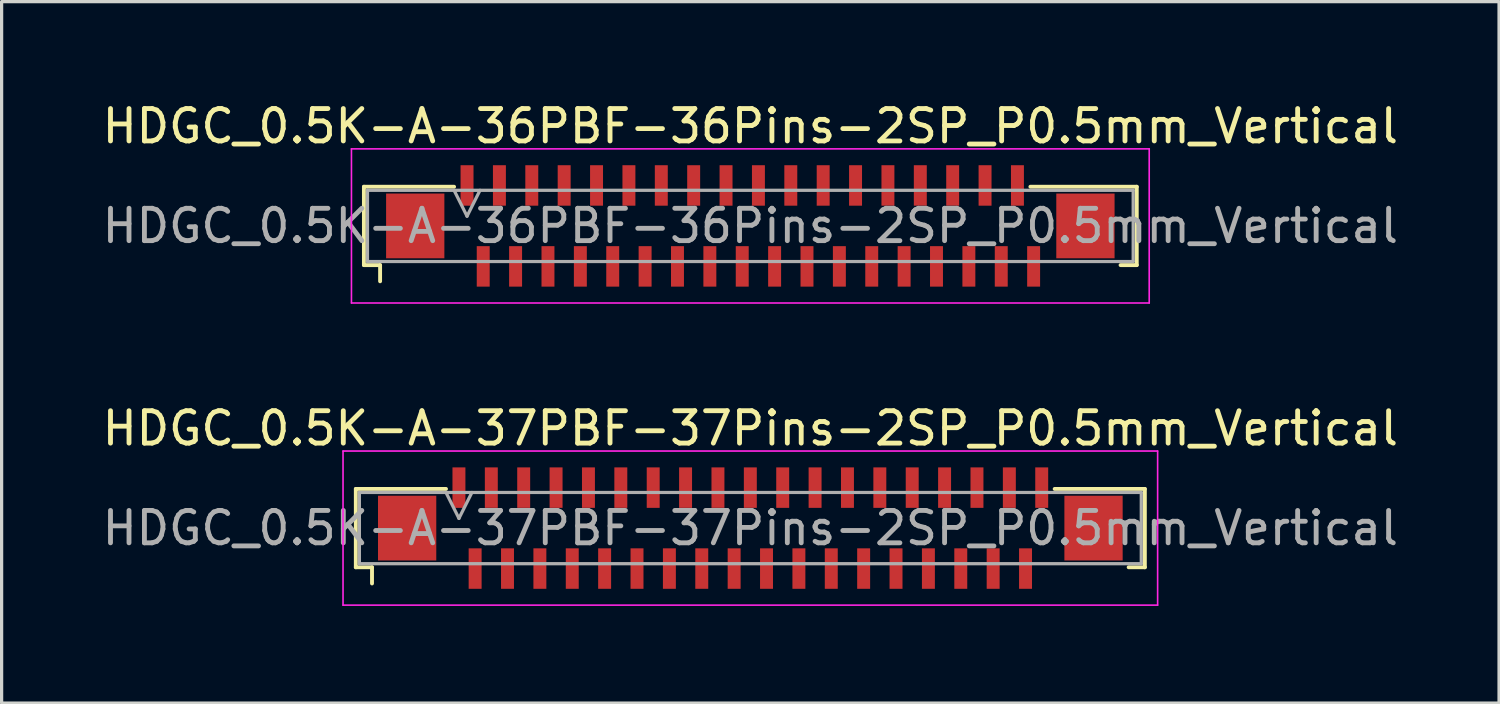
<source format=kicad_pcb>
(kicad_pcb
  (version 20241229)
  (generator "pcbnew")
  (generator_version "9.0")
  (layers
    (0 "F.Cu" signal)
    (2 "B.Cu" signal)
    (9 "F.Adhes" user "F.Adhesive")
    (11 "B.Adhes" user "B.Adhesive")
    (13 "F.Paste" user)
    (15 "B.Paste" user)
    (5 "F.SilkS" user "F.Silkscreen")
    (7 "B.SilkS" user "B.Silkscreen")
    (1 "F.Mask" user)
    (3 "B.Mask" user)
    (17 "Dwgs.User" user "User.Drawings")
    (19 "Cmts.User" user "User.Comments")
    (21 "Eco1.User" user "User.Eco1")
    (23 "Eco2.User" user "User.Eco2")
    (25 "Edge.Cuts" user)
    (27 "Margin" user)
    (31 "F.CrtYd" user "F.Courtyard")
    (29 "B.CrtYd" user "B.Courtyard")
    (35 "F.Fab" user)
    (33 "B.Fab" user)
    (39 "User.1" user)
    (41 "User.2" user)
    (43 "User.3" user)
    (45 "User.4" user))
  (footprint "HDGC_0.5K-A-37PBF-37Pins-2SP_P0.5mm_Vertical"
    (layer "F.Cu")
    (at 20.125 13.261)
    (property "Reference" "HDGC_0.5K-A-37PBF-37Pins-2SP_P0.5mm_Vertical" (at 0 -3.08 0) (layer "F.SilkS") (effects (font (size 1 1) (thickness 0.15))))
    (attr smd)
    (fp_line (start -12.185 -1.21) (end -9.4 -1.21) (stroke (width 0.12) (type solid)) (layer "F.SilkS"))
    (fp_line (start -12.185 1.21) (end -12.185 -1.21) (stroke (width 0.12) (type solid)) (layer "F.SilkS"))
    (fp_line (start -11.685 1.21) (end -12.185 1.21) (stroke (width 0.12) (type solid)) (layer "F.SilkS"))
    (fp_line (start -11.685 1.71) (end -11.685 1.21) (stroke (width 0.12) (type solid)) (layer "F.SilkS"))
    (fp_line (start 11.685 1.21) (end 12.185 1.21) (stroke (width 0.12) (type solid)) (layer "F.SilkS"))
    (fp_line (start 12.185 -1.21) (end 9.4 -1.21) (stroke (width 0.12) (type solid)) (layer "F.SilkS"))
    (fp_line (start 12.185 1.21) (end 12.185 -1.21) (stroke (width 0.12) (type solid)) (layer "F.SilkS"))
    (fp_line (start -12.58 -2.38) (end 12.58 -2.38) (stroke (width 0.05) (type solid)) (layer "F.CrtYd"))
    (fp_line (start -12.58 2.38) (end -12.58 -2.38) (stroke (width 0.05) (type solid)) (layer "F.CrtYd"))
    (fp_line (start 12.58 -2.38) (end 12.58 2.38) (stroke (width 0.05) (type solid)) (layer "F.CrtYd"))
    (fp_line (start 12.58 2.38) (end -12.58 2.38) (stroke (width 0.05) (type solid)) (layer "F.CrtYd"))
    (fp_line (start -12.075 -1.1) (end -12.075 1.1) (stroke (width 0.1) (type solid)) (layer "F.Fab"))
    (fp_line (start -12.075 1.1) (end 12.075 1.1) (stroke (width 0.1) (type solid)) (layer "F.Fab"))
    (fp_line (start -9.4 -1.1) (end -9 -0.3) (stroke (width 0.1) (type solid)) (layer "F.Fab"))
    (fp_line (start -9 -0.3) (end -8.6 -1.1) (stroke (width 0.1) (type solid)) (layer "F.Fab"))
    (fp_line (start 12.075 -1.1) (end -12.075 -1.1) (stroke (width 0.1) (type solid)) (layer "F.Fab"))
    (fp_line (start 12.075 1.1) (end 12.075 -1.1) (stroke (width 0.1) (type solid)) (layer "F.Fab"))
    (fp_text user "${REFERENCE}" (at 0 0 0) (layer "F.Fab") (effects (font (size 1 1) (thickness 0.15))))
    (pad "1" smd rect (at -9 -1.25) (size 0.4 1.25) (layers "F.Cu" "F.Mask" "F.Paste"))
    (pad "2" smd rect (at -8.5 1.25) (size 0.4 1.25) (layers "F.Cu" "F.Mask" "F.Paste"))
    (pad "3" smd rect (at -8 -1.25) (size 0.4 1.25) (layers "F.Cu" "F.Mask" "F.Paste"))
    (pad "4" smd rect (at -7.5 1.25) (size 0.4 1.25) (layers "F.Cu" "F.Mask" "F.Paste"))
    (pad "5" smd rect (at -7 -1.25) (size 0.4 1.25) (layers "F.Cu" "F.Mask" "F.Paste"))
    (pad "6" smd rect (at -6.5 1.25) (size 0.4 1.25) (layers "F.Cu" "F.Mask" "F.Paste"))
    (pad "7" smd rect (at -6 -1.25) (size 0.4 1.25) (layers "F.Cu" "F.Mask" "F.Paste"))
    (pad "8" smd rect (at -5.5 1.25) (size 0.4 1.25) (layers "F.Cu" "F.Mask" "F.Paste"))
    (pad "9" smd rect (at -5 -1.25) (size 0.4 1.25) (layers "F.Cu" "F.Mask" "F.Paste"))
    (pad "10" smd rect (at -4.5 1.25) (size 0.4 1.25) (layers "F.Cu" "F.Mask" "F.Paste"))
    (pad "11" smd rect (at -4 -1.25) (size 0.4 1.25) (layers "F.Cu" "F.Mask" "F.Paste"))
    (pad "12" smd rect (at -3.5 1.25) (size 0.4 1.25) (layers "F.Cu" "F.Mask" "F.Paste"))
    (pad "13" smd rect (at -3 -1.25) (size 0.4 1.25) (layers "F.Cu" "F.Mask" "F.Paste"))
    (pad "14" smd rect (at -2.5 1.25) (size 0.4 1.25) (layers "F.Cu" "F.Mask" "F.Paste"))
    (pad "15" smd rect (at -2 -1.25) (size 0.4 1.25) (layers "F.Cu" "F.Mask" "F.Paste"))
    (pad "16" smd rect (at -1.5 1.25) (size 0.4 1.25) (layers "F.Cu" "F.Mask" "F.Paste"))
    (pad "17" smd rect (at -1 -1.25) (size 0.4 1.25) (layers "F.Cu" "F.Mask" "F.Paste"))
    (pad "18" smd rect (at -0.5 1.25) (size 0.4 1.25) (layers "F.Cu" "F.Mask" "F.Paste"))
    (pad "19" smd rect (at 0 -1.25) (size 0.4 1.25) (layers "F.Cu" "F.Mask" "F.Paste"))
    (pad "20" smd rect (at 0.5 1.25) (size 0.4 1.25) (layers "F.Cu" "F.Mask" "F.Paste"))
    (pad "21" smd rect (at 1 -1.25) (size 0.4 1.25) (layers "F.Cu" "F.Mask" "F.Paste"))
    (pad "22" smd rect (at 1.5 1.25) (size 0.4 1.25) (layers "F.Cu" "F.Mask" "F.Paste"))
    (pad "23" smd rect (at 2 -1.25) (size 0.4 1.25) (layers "F.Cu" "F.Mask" "F.Paste"))
    (pad "24" smd rect (at 2.5 1.25) (size 0.4 1.25) (layers "F.Cu" "F.Mask" "F.Paste"))
    (pad "25" smd rect (at 3 -1.25) (size 0.4 1.25) (layers "F.Cu" "F.Mask" "F.Paste"))
    (pad "26" smd rect (at 3.5 1.25) (size 0.4 1.25) (layers "F.Cu" "F.Mask" "F.Paste"))
    (pad "27" smd rect (at 4 -1.25) (size 0.4 1.25) (layers "F.Cu" "F.Mask" "F.Paste"))
    (pad "28" smd rect (at 4.5 1.25) (size 0.4 1.25) (layers "F.Cu" "F.Mask" "F.Paste"))
    (pad "29" smd rect (at 5 -1.25) (size 0.4 1.25) (layers "F.Cu" "F.Mask" "F.Paste"))
    (pad "30" smd rect (at 5.5 1.25) (size 0.4 1.25) (layers "F.Cu" "F.Mask" "F.Paste"))
    (pad "31" smd rect (at 6 -1.25) (size 0.4 1.25) (layers "F.Cu" "F.Mask" "F.Paste"))
    (pad "32" smd rect (at 6.5 1.25) (size 0.4 1.25) (layers "F.Cu" "F.Mask" "F.Paste"))
    (pad "33" smd rect (at 7 -1.25) (size 0.4 1.25) (layers "F.Cu" "F.Mask" "F.Paste"))
    (pad "34" smd rect (at 7.5 1.25) (size 0.4 1.25) (layers "F.Cu" "F.Mask" "F.Paste"))
    (pad "35" smd rect (at 8 -1.25) (size 0.4 1.25) (layers "F.Cu" "F.Mask" "F.Paste"))
    (pad "36" smd rect (at 8.5 1.25) (size 0.4 1.25) (layers "F.Cu" "F.Mask" "F.Paste"))
    (pad "37" smd rect (at 9 -1.25) (size 0.4 1.25) (layers "F.Cu" "F.Mask" "F.Paste"))
    (pad "MP" smd rect (at -10.6 0) (size 1.8 2) (layers "F.Cu" "F.Mask" "F.Paste"))
    (pad "MP" smd rect (at 10.6 0) (size 1.8 2) (layers "F.Cu" "F.Mask" "F.Paste")))
  (footprint "HDGC_0.5K-A-36PBF-36Pins-2SP_P0.5mm_Vertical"
    (layer "F.Cu")
    (at 20.125 3.928)
    (property "Reference" "HDGC_0.5K-A-36PBF-36Pins-2SP_P0.5mm_Vertical" (at 0 -3.08 0) (layer "F.SilkS") (effects (font (size 1 1) (thickness 0.15))))
    (attr smd)
    (fp_line (start -11.935 -1.21) (end -9.15 -1.21) (stroke (width 0.12) (type solid)) (layer "F.SilkS"))
    (fp_line (start -11.935 1.21) (end -11.935 -1.21) (stroke (width 0.12) (type solid)) (layer "F.SilkS"))
    (fp_line (start -11.435 1.21) (end -11.935 1.21) (stroke (width 0.12) (type solid)) (layer "F.SilkS"))
    (fp_line (start -11.435 1.71) (end -11.435 1.21) (stroke (width 0.12) (type solid)) (layer "F.SilkS"))
    (fp_line (start 11.435 1.21) (end 11.935 1.21) (stroke (width 0.12) (type solid)) (layer "F.SilkS"))
    (fp_line (start 11.935 -1.21) (end 8.65 -1.21) (stroke (width 0.12) (type solid)) (layer "F.SilkS"))
    (fp_line (start 11.935 1.21) (end 11.935 -1.21) (stroke (width 0.12) (type solid)) (layer "F.SilkS"))
    (fp_line (start -12.32 -2.38) (end 12.32 -2.38) (stroke (width 0.05) (type solid)) (layer "F.CrtYd"))
    (fp_line (start -12.32 2.38) (end -12.32 -2.38) (stroke (width 0.05) (type solid)) (layer "F.CrtYd"))
    (fp_line (start 12.32 -2.38) (end 12.32 2.38) (stroke (width 0.05) (type solid)) (layer "F.CrtYd"))
    (fp_line (start 12.32 2.38) (end -12.32 2.38) (stroke (width 0.05) (type solid)) (layer "F.CrtYd"))
    (fp_line (start -11.825 -1.1) (end -11.825 1.1) (stroke (width 0.1) (type solid)) (layer "F.Fab"))
    (fp_line (start -11.825 1.1) (end 11.825 1.1) (stroke (width 0.1) (type solid)) (layer "F.Fab"))
    (fp_line (start -9.15 -1.1) (end -8.75 -0.3) (stroke (width 0.1) (type solid)) (layer "F.Fab"))
    (fp_line (start -8.75 -0.3) (end -8.35 -1.1) (stroke (width 0.1) (type solid)) (layer "F.Fab"))
    (fp_line (start 11.825 -1.1) (end -11.825 -1.1) (stroke (width 0.1) (type solid)) (layer "F.Fab"))
    (fp_line (start 11.825 1.1) (end 11.825 -1.1) (stroke (width 0.1) (type solid)) (layer "F.Fab"))
    (fp_text user "${REFERENCE}" (at 0 0 0) (layer "F.Fab") (effects (font (size 1 1) (thickness 0.15))))
    (pad "1" smd rect (at -8.75 -1.25) (size 0.4 1.25) (layers "F.Cu" "F.Mask" "F.Paste"))
    (pad "2" smd rect (at -8.25 1.25) (size 0.4 1.25) (layers "F.Cu" "F.Mask" "F.Paste"))
    (pad "3" smd rect (at -7.75 -1.25) (size 0.4 1.25) (layers "F.Cu" "F.Mask" "F.Paste"))
    (pad "4" smd rect (at -7.25 1.25) (size 0.4 1.25) (layers "F.Cu" "F.Mask" "F.Paste"))
    (pad "5" smd rect (at -6.75 -1.25) (size 0.4 1.25) (layers "F.Cu" "F.Mask" "F.Paste"))
    (pad "6" smd rect (at -6.25 1.25) (size 0.4 1.25) (layers "F.Cu" "F.Mask" "F.Paste"))
    (pad "7" smd rect (at -5.75 -1.25) (size 0.4 1.25) (layers "F.Cu" "F.Mask" "F.Paste"))
    (pad "8" smd rect (at -5.25 1.25) (size 0.4 1.25) (layers "F.Cu" "F.Mask" "F.Paste"))
    (pad "9" smd rect (at -4.75 -1.25) (size 0.4 1.25) (layers "F.Cu" "F.Mask" "F.Paste"))
    (pad "10" smd rect (at -4.25 1.25) (size 0.4 1.25) (layers "F.Cu" "F.Mask" "F.Paste"))
    (pad "11" smd rect (at -3.75 -1.25) (size 0.4 1.25) (layers "F.Cu" "F.Mask" "F.Paste"))
    (pad "12" smd rect (at -3.25 1.25) (size 0.4 1.25) (layers "F.Cu" "F.Mask" "F.Paste"))
    (pad "13" smd rect (at -2.75 -1.25) (size 0.4 1.25) (layers "F.Cu" "F.Mask" "F.Paste"))
    (pad "14" smd rect (at -2.25 1.25) (size 0.4 1.25) (layers "F.Cu" "F.Mask" "F.Paste"))
    (pad "15" smd rect (at -1.75 -1.25) (size 0.4 1.25) (layers "F.Cu" "F.Mask" "F.Paste"))
    (pad "16" smd rect (at -1.25 1.25) (size 0.4 1.25) (layers "F.Cu" "F.Mask" "F.Paste"))
    (pad "17" smd rect (at -0.75 -1.25) (size 0.4 1.25) (layers "F.Cu" "F.Mask" "F.Paste"))
    (pad "18" smd rect (at -0.25 1.25) (size 0.4 1.25) (layers "F.Cu" "F.Mask" "F.Paste"))
    (pad "19" smd rect (at 0.25 -1.25) (size 0.4 1.25) (layers "F.Cu" "F.Mask" "F.Paste"))
    (pad "20" smd rect (at 0.75 1.25) (size 0.4 1.25) (layers "F.Cu" "F.Mask" "F.Paste"))
    (pad "21" smd rect (at 1.25 -1.25) (size 0.4 1.25) (layers "F.Cu" "F.Mask" "F.Paste"))
    (pad "22" smd rect (at 1.75 1.25) (size 0.4 1.25) (layers "F.Cu" "F.Mask" "F.Paste"))
    (pad "23" smd rect (at 2.25 -1.25) (size 0.4 1.25) (layers "F.Cu" "F.Mask" "F.Paste"))
    (pad "24" smd rect (at 2.75 1.25) (size 0.4 1.25) (layers "F.Cu" "F.Mask" "F.Paste"))
    (pad "25" smd rect (at 3.25 -1.25) (size 0.4 1.25) (layers "F.Cu" "F.Mask" "F.Paste"))
    (pad "26" smd rect (at 3.75 1.25) (size 0.4 1.25) (layers "F.Cu" "F.Mask" "F.Paste"))
    (pad "27" smd rect (at 4.25 -1.25) (size 0.4 1.25) (layers "F.Cu" "F.Mask" "F.Paste"))
    (pad "28" smd rect (at 4.75 1.25) (size 0.4 1.25) (layers "F.Cu" "F.Mask" "F.Paste"))
    (pad "29" smd rect (at 5.25 -1.25) (size 0.4 1.25) (layers "F.Cu" "F.Mask" "F.Paste"))
    (pad "30" smd rect (at 5.75 1.25) (size 0.4 1.25) (layers "F.Cu" "F.Mask" "F.Paste"))
    (pad "31" smd rect (at 6.25 -1.25) (size 0.4 1.25) (layers "F.Cu" "F.Mask" "F.Paste"))
    (pad "32" smd rect (at 6.75 1.25) (size 0.4 1.25) (layers "F.Cu" "F.Mask" "F.Paste"))
    (pad "33" smd rect (at 7.25 -1.25) (size 0.4 1.25) (layers "F.Cu" "F.Mask" "F.Paste"))
    (pad "34" smd rect (at 7.75 1.25) (size 0.4 1.25) (layers "F.Cu" "F.Mask" "F.Paste"))
    (pad "35" smd rect (at 8.25 -1.25) (size 0.4 1.25) (layers "F.Cu" "F.Mask" "F.Paste"))
    (pad "36" smd rect (at 8.75 1.25) (size 0.4 1.25) (layers "F.Cu" "F.Mask" "F.Paste"))
    (pad "MP" smd rect (at -10.35 0) (size 1.8 2) (layers "F.Cu" "F.Mask" "F.Paste"))
    (pad "MP" smd rect (at 10.35 0) (size 1.8 2) (layers "F.Cu" "F.Mask" "F.Paste")))
  (gr_rect
    (start -3 -3)
    (end 43.25 18.666)
    (stroke (width 0.1) (type default))
    (fill no)
    (layer "Edge.Cuts")))
</source>
